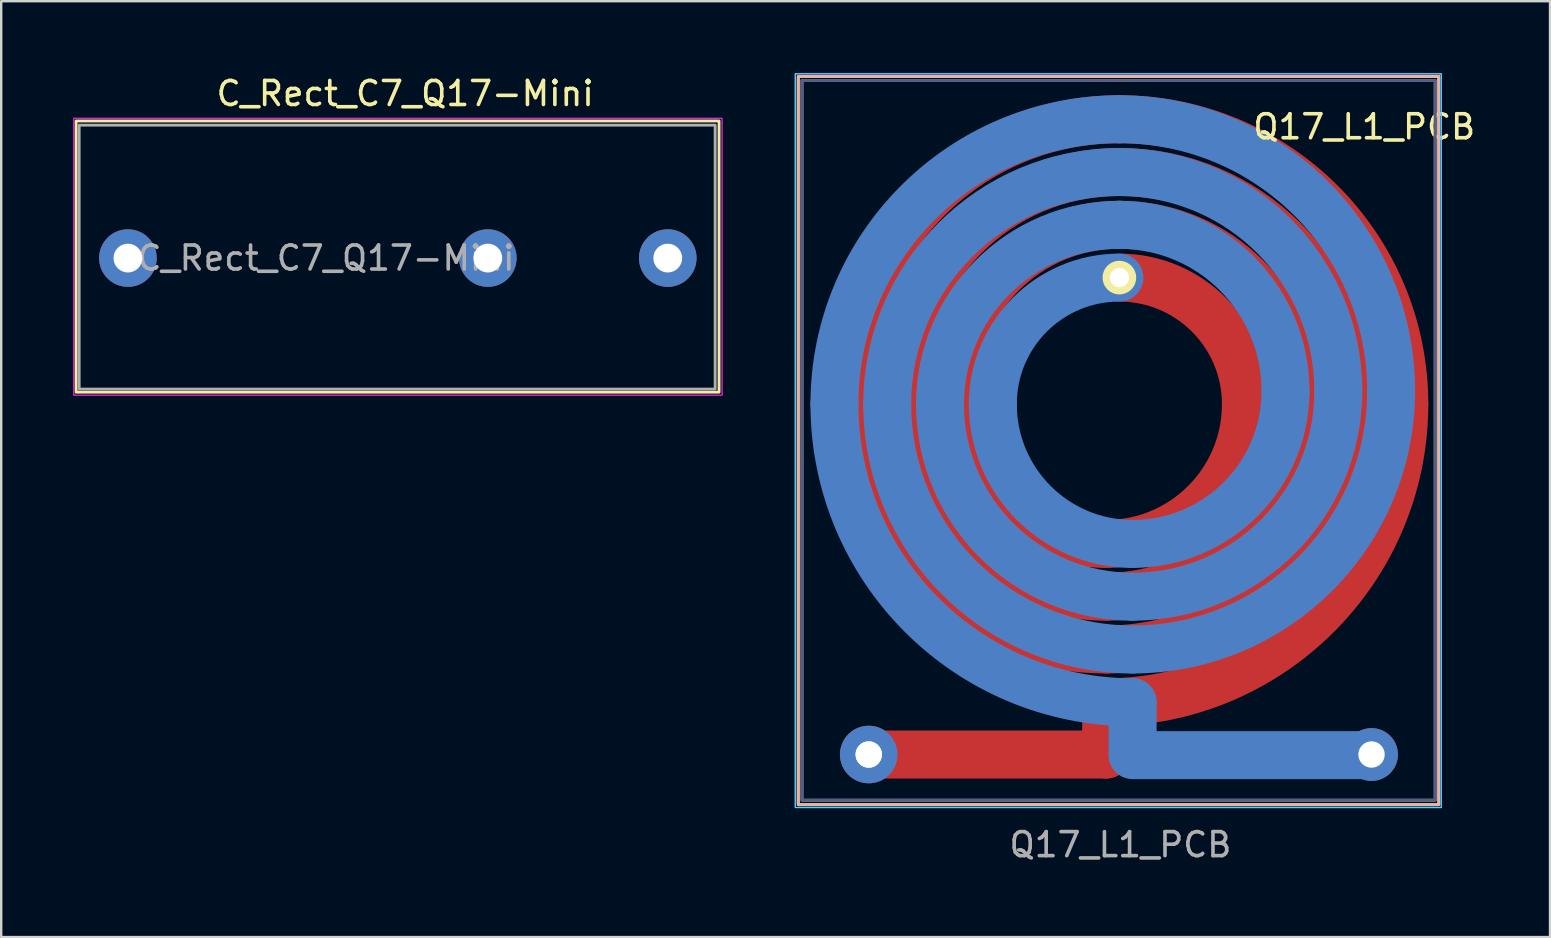
<source format=kicad_pcb>
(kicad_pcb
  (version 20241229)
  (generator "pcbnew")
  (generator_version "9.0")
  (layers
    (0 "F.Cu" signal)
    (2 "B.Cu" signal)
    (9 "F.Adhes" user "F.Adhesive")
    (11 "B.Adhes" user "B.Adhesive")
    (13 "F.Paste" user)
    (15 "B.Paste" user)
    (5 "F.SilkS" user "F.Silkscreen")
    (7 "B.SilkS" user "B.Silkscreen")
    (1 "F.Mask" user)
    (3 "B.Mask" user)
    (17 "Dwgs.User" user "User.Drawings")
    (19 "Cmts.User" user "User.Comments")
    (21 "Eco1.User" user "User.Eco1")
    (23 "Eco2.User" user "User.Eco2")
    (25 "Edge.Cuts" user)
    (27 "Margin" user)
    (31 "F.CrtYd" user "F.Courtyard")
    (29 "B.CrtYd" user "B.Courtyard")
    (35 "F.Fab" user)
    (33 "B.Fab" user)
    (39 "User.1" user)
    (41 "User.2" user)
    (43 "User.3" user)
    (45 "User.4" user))
  (footprint "Q17_L1_PCB"
    (layer "F.Cu")
    (at 33.158 28.397)
    (property "Reference" "Q17_L1_PCB" (at 20.65 -26.162 0) (unlocked yes) (layer "F.SilkS") (effects (font (size 1 1) (thickness 0.15))))
    (fp_line (start 0.089 0) (end 9.896 0) (stroke (width 2) (type solid)) (layer "F.Cu"))
    (fp_line (start 9.896 -2.177) (end 9.896 0) (stroke (width 2) (type solid)) (layer "F.Cu"))
    (fp_arc (start -0.879398 -15.152402) (mid 2.437618 -23.160386) (end 10.445602 -26.477402) (stroke (width 2) (type solid)) (layer "F.Cu"))
    (fp_arc (start 1.320602 -15.152402) (mid 3.993253 -21.604751) (end 10.445602 -24.277402) (stroke (width 2) (type solid)) (layer "F.Cu"))
    (fp_arc (start 3.520602 -15.152402) (mid 5.548888 -20.049116) (end 10.445602 -22.077402) (stroke (width 2) (type solid)) (layer "F.Cu"))
    (fp_arc (start 9.895602 -8.777402) (mid 5.387796 -10.644596) (end 3.520602 -15.152402) (stroke (width 2) (type solid)) (layer "F.Cu"))
    (fp_arc (start 9.895602 -6.577402) (mid 3.832161 -9.088961) (end 1.320602 -15.152402) (stroke (width 2) (type solid)) (layer "F.Cu"))
    (fp_arc (start 9.895602 -4.377402) (mid 2.276526 -7.533326) (end -0.879398 -15.152402) (stroke (width 2) (type solid)) (layer "F.Cu"))
    (fp_arc (start 10.445602 -26.477402) (mid 18.842495 -22.999295) (end 22.320602 -14.602402) (stroke (width 2) (type solid)) (layer "F.Cu"))
    (fp_arc (start 10.445602 -24.277402) (mid 17.28686 -21.44366) (end 20.120602 -14.602402) (stroke (width 2) (type solid)) (layer "F.Cu"))
    (fp_arc (start 10.445602 -22.077402) (mid 15.731225 -19.888025) (end 17.920602 -14.602402) (stroke (width 2) (type solid)) (layer "F.Cu"))
    (fp_arc (start 10.445602 -19.877402) (mid 14.17559 -18.33239) (end 15.720602 -14.602402) (stroke (width 2) (type solid)) (layer "F.Cu"))
    (fp_arc (start 15.720602 -14.602402) (mid 14.014499 -10.483505) (end 9.895602 -8.777402) (stroke (width 2) (type solid)) (layer "F.Cu"))
    (fp_arc (start 17.920602 -14.602402) (mid 15.570134 -8.92787) (end 9.895602 -6.577402) (stroke (width 2) (type solid)) (layer "F.Cu"))
    (fp_arc (start 20.120602 -14.602402) (mid 17.125769 -7.372235) (end 9.895602 -4.377402) (stroke (width 2) (type solid)) (layer "F.Cu"))
    (fp_arc (start 22.320602 -14.602402) (mid 18.681404 -5.8166) (end 9.895602 -2.177402) (stroke (width 2) (type solid)) (layer "F.Cu"))
    (fp_arc (start -0.879398 -15.152402) (mid 2.437618 -23.160386) (end 10.445602 -26.477402) (stroke (width 1.5) (type solid)) (layer "F.Mask"))
    (fp_arc (start 1.320602 -15.152402) (mid 3.993252 -21.604751) (end 10.445601 -24.277401) (stroke (width 1.5) (type solid)) (layer "F.Mask"))
    (fp_arc (start 3.520602 -15.152402) (mid 5.548887 -20.049116) (end 10.445601 -22.077401) (stroke (width 1.5) (type solid)) (layer "F.Mask"))
    (fp_arc (start 9.895602 -8.777402) (mid 5.387798 -10.644596) (end 3.520604 -15.1524) (stroke (width 1.5) (type solid)) (layer "F.Mask"))
    (fp_arc (start 9.895602 -6.577402) (mid 3.832162 -9.088961) (end 1.320603 -15.152401) (stroke (width 1.5) (type solid)) (layer "F.Mask"))
    (fp_arc (start 9.895602 -4.377402) (mid 2.276527 -7.533326) (end -0.879397 -15.152401) (stroke (width 1.5) (type solid)) (layer "F.Mask"))
    (fp_arc (start 10.445602 -26.477402) (mid 18.842494 -22.999295) (end 22.320601 -14.602403) (stroke (width 1.5) (type solid)) (layer "F.Mask"))
    (fp_arc (start 10.445602 -24.277402) (mid 17.286859 -21.443661) (end 20.1206 -14.602404) (stroke (width 1.5) (type solid)) (layer "F.Mask"))
    (fp_arc (start 10.445602 -22.077402) (mid 15.731224 -19.888026) (end 17.9206 -14.602404) (stroke (width 1.5) (type solid)) (layer "F.Mask"))
    (fp_arc (start 10.445602 -19.877402) (mid 14.17559 -18.33239) (end 15.720602 -14.602402) (stroke (width 1.5) (type solid)) (layer "F.Mask"))
    (fp_arc (start 15.720602 -14.602402) (mid 14.014499 -10.483506) (end 9.895603 -8.777403) (stroke (width 1.5) (type solid)) (layer "F.Mask"))
    (fp_arc (start 17.920602 -14.602402) (mid 15.570134 -8.927871) (end 9.895603 -6.577403) (stroke (width 1.5) (type solid)) (layer "F.Mask"))
    (fp_arc (start 20.120602 -14.602402) (mid 17.12577 -7.372237) (end 9.895605 -4.377405) (stroke (width 1.5) (type solid)) (layer "F.Mask"))
    (fp_arc (start 22.320602 -14.602402) (mid 18.681404 -5.816602) (end 9.895604 -2.177404) (stroke (width 1.5) (type solid)) (layer "F.Mask"))
    (fp_line (start 10.998 -2.181) (end 10.998 -0.003) (stroke (width 2) (type solid)) (layer "B.Cu"))
    (fp_line (start 10.998 0.025) (end 20.93 0.025) (stroke (width 2) (type solid)) (layer "B.Cu"))
    (fp_arc (start -1.429398 -14.602402) (mid 2.048709 -22.999295) (end 10.445602 -26.477402) (stroke (width 2) (type solid)) (layer "B.Cu"))
    (fp_arc (start 0.770602 -14.602402) (mid 3.604344 -21.44366) (end 10.445602 -24.277402) (stroke (width 2) (type solid)) (layer "B.Cu"))
    (fp_arc (start 2.970602 -14.602402) (mid 5.159979 -19.888025) (end 10.445602 -22.077402) (stroke (width 2) (type solid)) (layer "B.Cu"))
    (fp_arc (start 5.170602 -14.602402) (mid 6.715614 -18.33239) (end 10.445602 -19.877402) (stroke (width 2) (type solid)) (layer "B.Cu"))
    (fp_arc (start 10.445602 -26.477402) (mid 18.453586 -23.160386) (end 21.770602 -15.152402) (stroke (width 2) (type solid)) (layer "B.Cu"))
    (fp_arc (start 10.445602 -24.277402) (mid 16.897951 -21.604751) (end 19.570602 -15.152402) (stroke (width 2) (type solid)) (layer "B.Cu"))
    (fp_arc (start 10.445602 -22.077402) (mid 15.342316 -20.049116) (end 17.370602 -15.152402) (stroke (width 2) (type solid)) (layer "B.Cu"))
    (fp_arc (start 10.995602 -8.777402) (mid 6.876705 -10.483505) (end 5.170602 -14.602402) (stroke (width 2) (type solid)) (layer "B.Cu"))
    (fp_arc (start 10.995602 -6.577402) (mid 5.32107 -8.92787) (end 2.970602 -14.602402) (stroke (width 2) (type solid)) (layer "B.Cu"))
    (fp_arc (start 10.995602 -4.377402) (mid 3.765435 -7.372235) (end 0.770602 -14.602402) (stroke (width 2) (type solid)) (layer "B.Cu"))
    (fp_arc (start 10.995602 -2.177402) (mid 2.2098 -5.8166) (end -1.429398 -14.602402) (stroke (width 2) (type solid)) (layer "B.Cu"))
    (fp_arc (start 17.370602 -15.152402) (mid 15.503408 -10.644596) (end 10.995602 -8.777402) (stroke (width 2) (type solid)) (layer "B.Cu"))
    (fp_arc (start 19.570602 -15.152402) (mid 17.059043 -9.088961) (end 10.995602 -6.577402) (stroke (width 2) (type solid)) (layer "B.Cu"))
    (fp_arc (start 21.770602 -15.152402) (mid 18.614678 -7.533326) (end 10.995602 -4.377402) (stroke (width 2) (type solid)) (layer "B.Cu"))
    (fp_arc (start -1.429399 -14.602403) (mid 2.048709 -22.999296) (end 10.445602 -26.477402) (stroke (width 1.5) (type solid)) (layer "B.Mask"))
    (fp_arc (start 0.7706 -14.602404) (mid 3.604343 -21.443662) (end 10.445602 -24.277402) (stroke (width 1.5) (type solid)) (layer "B.Mask"))
    (fp_arc (start 2.9706 -14.602404) (mid 5.159978 -19.888027) (end 10.445602 -22.077402) (stroke (width 1.5) (type solid)) (layer "B.Mask"))
    (fp_arc (start 5.170602 -14.602402) (mid 6.715614 -18.33239) (end 10.445602 -19.877402) (stroke (width 1.5) (type solid)) (layer "B.Mask"))
    (fp_arc (start 10.445602 -26.477402) (mid 18.453586 -23.160386) (end 21.770602 -15.152402) (stroke (width 1.5) (type solid)) (layer "B.Mask"))
    (fp_arc (start 10.445603 -24.277403) (mid 16.897952 -21.604752) (end 19.570602 -15.152402) (stroke (width 1.5) (type solid)) (layer "B.Mask"))
    (fp_arc (start 10.445603 -22.077403) (mid 15.342317 -20.049117) (end 17.370602 -15.152402) (stroke (width 1.5) (type solid)) (layer "B.Mask"))
    (fp_arc (start 10.995599 -4.377399) (mid 3.765433 -7.372234) (end 0.770602 -14.602402) (stroke (width 1.5) (type solid)) (layer "B.Mask"))
    (fp_arc (start 10.9956 -2.1774) (mid 2.209799 -5.8166) (end -1.429398 -14.602402) (stroke (width 1.5) (type solid)) (layer "B.Mask"))
    (fp_arc (start 10.995601 -8.777401) (mid 6.876704 -10.483505) (end 5.170602 -14.602402) (stroke (width 1.5) (type solid)) (layer "B.Mask"))
    (fp_arc (start 10.995601 -6.577401) (mid 5.321069 -8.92787) (end 2.970602 -14.602402) (stroke (width 1.5) (type solid)) (layer "B.Mask"))
    (fp_arc (start 17.370604 -15.1524) (mid 15.503408 -10.644595) (end 10.995602 -8.777402) (stroke (width 1.5) (type solid)) (layer "B.Mask"))
    (fp_arc (start 19.570603 -15.152401) (mid 17.059043 -9.088961) (end 10.995602 -6.577402) (stroke (width 1.5) (type solid)) (layer "B.Mask"))
    (fp_arc (start 21.770603 -15.152401) (mid 18.614678 -7.533326) (end 10.995602 -4.377402) (stroke (width 1.5) (type solid)) (layer "B.Mask"))
    (fp_rect (start -2.939 -28.261) (end 23.757 2.092) (stroke (width 0.12) (type solid)) (fill no) (layer "F.SilkS"))
    (fp_rect (start -2.937 -28.261) (end 23.758 2.092) (stroke (width 0.12) (type solid)) (fill no) (layer "B.SilkS"))
    (fp_rect (start -3.062 -28.372) (end 23.862 2.209) (stroke (width 0.05) (type solid)) (fill no) (layer "B.CrtYd"))
    (fp_rect (start -3.061 -28.372) (end 23.863 2.21) (stroke (width 0.05) (type solid)) (fill no) (layer "F.CrtYd"))
    (fp_rect (start -2.781 -28.092) (end 23.609 1.905) (stroke (width 0.12) (type solid)) (fill no) (layer "B.Fab"))
    (fp_rect (start -2.783 -28.093) (end 23.608 1.905) (stroke (width 0.12) (type solid)) (fill no) (layer "F.Fab"))
    (fp_text user "${REFERENCE}" (at 10.49 3.759 0) (unlocked yes) (layer "F.Fab") (effects (font (size 1 1) (thickness 0.15))))
    (pad "1" thru_hole circle (at 0 0) (size 2.2 2.2) (drill 1.1) (layers "*.Cu" "*.Mask"))
    (pad "1" thru_hole circle (at 0 0) (size 2.4 2.4) (drill 1.1) (layers "*.Cu" "*.Mask"))
    (pad "2" thru_hole oval (at 20.955 0) (size 2.2 2.2) (drill 1.1) (layers "*.Cu" "*.Mask"))
    (pad "lc" thru_hole circle (at 10.446 -19.877 90) (size 1.4 1.4) (drill 0.8) (layers "*.Cu" "*.Mask" "F.SilkS")))
  (footprint "C_Rect_C7_Q17-Mini"
    (layer "F.Cu")
    (at 2.281 7.706)
    (property "Reference" "C_Rect_C7_Q17-Mini" (at 11.557 -6.858 0) (layer "F.SilkS") (effects (font (size 1 1) (thickness 0.15))))
    (attr through_hole)
    (fp_rect (start -2.159 -5.715) (end 24.638 5.588) (stroke (width 0.12) (type solid)) (fill no) (layer "F.SilkS"))
    (fp_rect (start -2.256 -5.826) (end 24.765 5.715) (stroke (width 0.05) (type solid)) (fill no) (layer "F.CrtYd"))
    (fp_rect (start -2.032 -5.539) (end 24.476 5.461) (stroke (width 0.12) (type solid)) (fill no) (layer "F.Fab"))
    (fp_text user "${REFERENCE}" (at 8.255 0 0) (layer "F.Fab") (effects (font (size 1 1) (thickness 0.15))))
    (pad "1" thru_hole circle (at 0 0) (size 2.4 2.4) (drill 1.2) (layers "*.Cu" "*.Mask"))
    (pad "2" thru_hole circle (at 22.5 0) (size 2.4 2.4) (drill 1.2) (layers "*.Cu" "*.Mask"))
    (pad "3" thru_hole circle (at 15 0 180) (size 2.4 2.4) (drill 1.2) (layers "*.Cu" "*.Mask")))
  (gr_rect
    (start -3 -3)
    (end 61.552 36.005)
    (stroke (width 0.1) (type default))
    (fill no)
    (layer "Edge.Cuts")))
</source>
